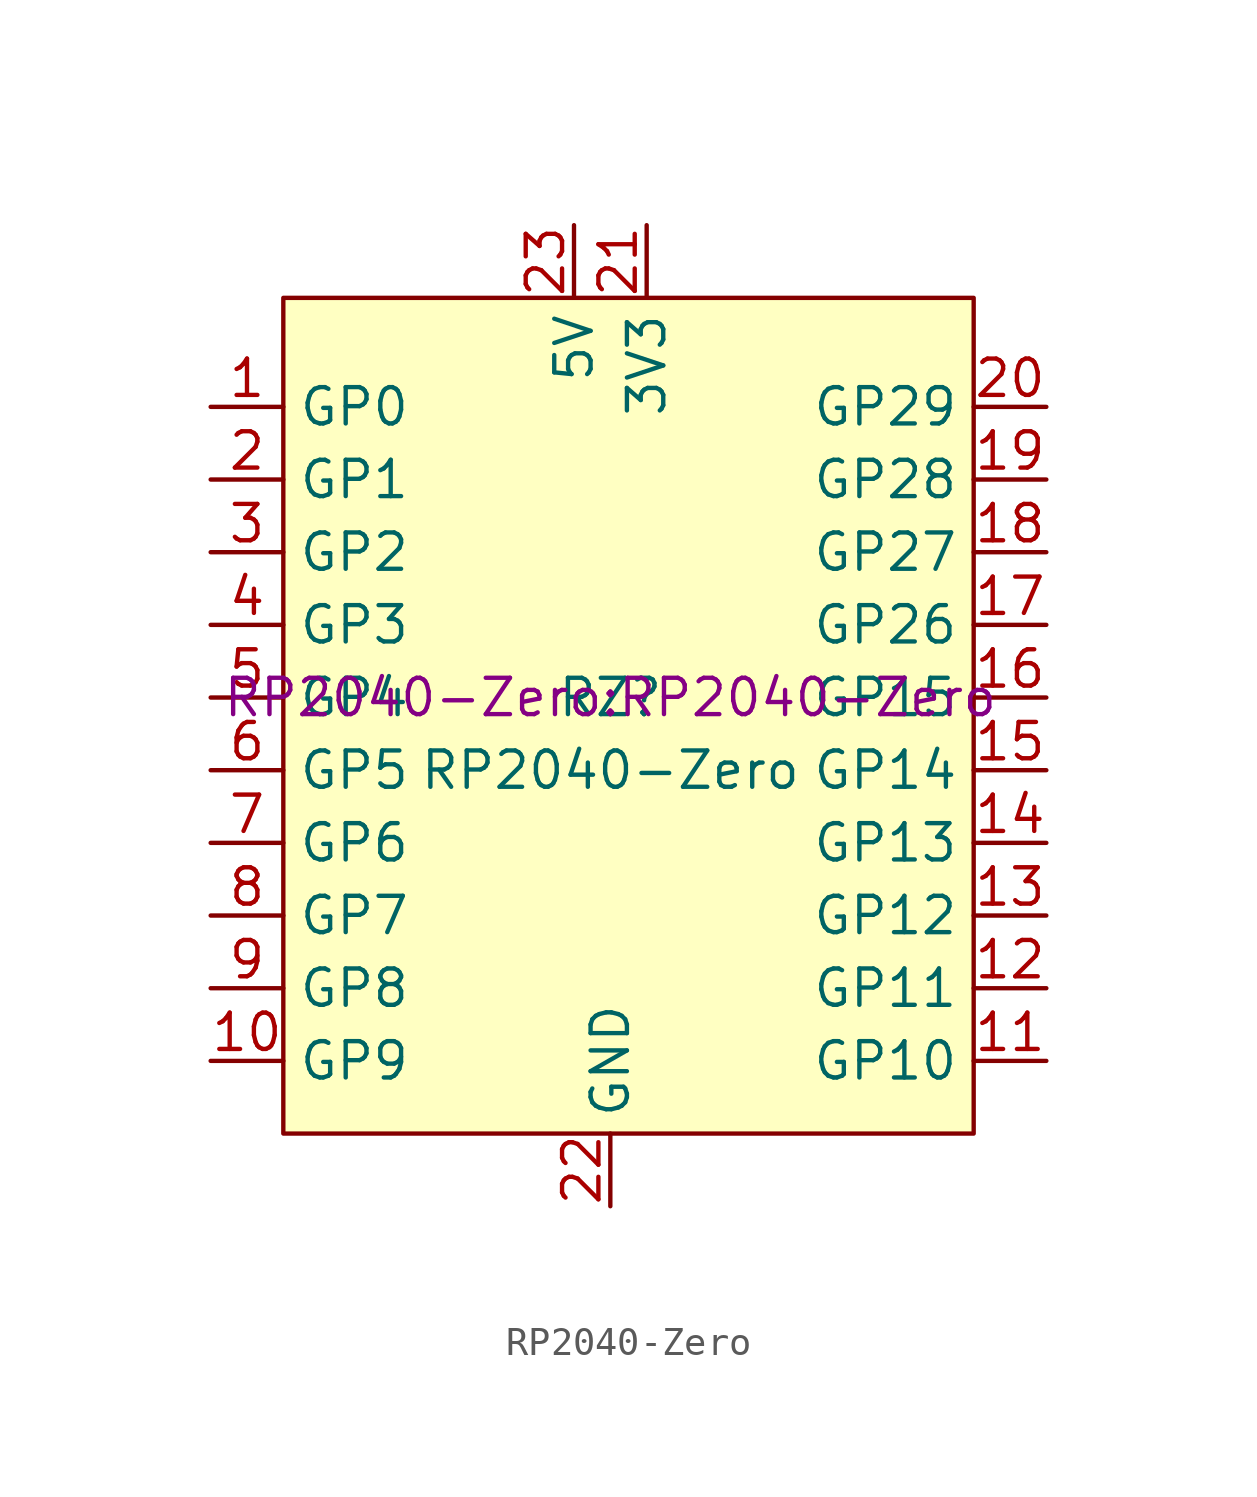
<source format=kicad_sym>
(kicad_symbol_lib
  (version 20220914)
  (generator kicad_symbol_editor)
  (symbol "RP2040-Zero"
    (property "Reference" "RZ"
      (at 0 0 0)
      (effects (font (size 1.27 1.27))))
    (property "Value" "RP2040-Zero"
      (at 0 -2.54 0)
      (effects (font (size 1.27 1.27))))
    (property "Footprint" "RP2040-Zero:RP2040-Zero"
      (at 0 0 0)
      (effects (font (size 1.27 1.27))))
    (symbol "RP2040-Zero_0_1"
      (rectangle (start -11.43 -15.24) (end 12.7 13.97) (stroke (width 0) (type default)) (fill (type background))))
    (symbol "RP2040-Zero_1_1"
      (pin bidirectional line (at -13.97 10.16 0) (length 2.54) (name "GP0" (effects (font (size 1.27 1.27)))) (number "1" (effects (font (size 1.27 1.27)))))
      (pin bidirectional line (at -13.97 -12.7 0) (length 2.54) (name "GP9" (effects (font (size 1.27 1.27)))) (number "10" (effects (font (size 1.27 1.27)))))
      (pin bidirectional line (at 15.24 -12.7 180) (length 2.54) (name "GP10" (effects (font (size 1.27 1.27)))) (number "11" (effects (font (size 1.27 1.27)))))
      (pin bidirectional line (at 15.24 -10.16 180) (length 2.54) (name "GP11" (effects (font (size 1.27 1.27)))) (number "12" (effects (font (size 1.27 1.27)))))
      (pin bidirectional line (at 15.24 -7.62 180) (length 2.54) (name "GP12" (effects (font (size 1.27 1.27)))) (number "13" (effects (font (size 1.27 1.27)))))
      (pin bidirectional line (at 15.24 -5.08 180) (length 2.54) (name "GP13" (effects (font (size 1.27 1.27)))) (number "14" (effects (font (size 1.27 1.27)))))
      (pin bidirectional line (at 15.24 -2.54 180) (length 2.54) (name "GP14" (effects (font (size 1.27 1.27)))) (number "15" (effects (font (size 1.27 1.27)))))
      (pin bidirectional line (at 15.24 0 180) (length 2.54) (name "GP15" (effects (font (size 1.27 1.27)))) (number "16" (effects (font (size 1.27 1.27)))))
      (pin bidirectional line (at 15.24 2.54 180) (length 2.54) (name "GP26" (effects (font (size 1.27 1.27)))) (number "17" (effects (font (size 1.27 1.27)))))
      (pin bidirectional line (at 15.24 5.08 180) (length 2.54) (name "GP27" (effects (font (size 1.27 1.27)))) (number "18" (effects (font (size 1.27 1.27)))))
      (pin bidirectional line (at 15.24 7.62 180) (length 2.54) (name "GP28" (effects (font (size 1.27 1.27)))) (number "19" (effects (font (size 1.27 1.27)))))
      (pin bidirectional line (at -13.97 7.62 0) (length 2.54) (name "GP1" (effects (font (size 1.27 1.27)))) (number "2" (effects (font (size 1.27 1.27)))))
      (pin bidirectional line (at 15.24 10.16 180) (length 2.54) (name "GP29" (effects (font (size 1.27 1.27)))) (number "20" (effects (font (size 1.27 1.27)))))
      (pin power_out line (at 1.27 16.51 270) (length 2.54) (name "3V3" (effects (font (size 1.27 1.27)))) (number "21" (effects (font (size 1.27 1.27)))))
      (pin power_in line (at 0 -17.78 90) (length 2.54) (name "GND" (effects (font (size 1.27 1.27)))) (number "22" (effects (font (size 1.27 1.27)))))
      (pin power_in line (at -1.27 16.51 270) (length 2.54) (name "5V" (effects (font (size 1.27 1.27)))) (number "23" (effects (font (size 1.27 1.27)))))
      (pin bidirectional line (at -13.97 5.08 0) (length 2.54) (name "GP2" (effects (font (size 1.27 1.27)))) (number "3" (effects (font (size 1.27 1.27)))))
      (pin bidirectional line (at -13.97 2.54 0) (length 2.54) (name "GP3" (effects (font (size 1.27 1.27)))) (number "4" (effects (font (size 1.27 1.27)))))
      (pin bidirectional line (at -13.97 0 0) (length 2.54) (name "GP4" (effects (font (size 1.27 1.27)))) (number "5" (effects (font (size 1.27 1.27)))))
      (pin bidirectional line (at -13.97 -2.54 0) (length 2.54) (name "GP5" (effects (font (size 1.27 1.27)))) (number "6" (effects (font (size 1.27 1.27)))))
      (pin bidirectional line (at -13.97 -5.08 0) (length 2.54) (name "GP6" (effects (font (size 1.27 1.27)))) (number "7" (effects (font (size 1.27 1.27)))))
      (pin bidirectional line (at -13.97 -7.62 0) (length 2.54) (name "GP7" (effects (font (size 1.27 1.27)))) (number "8" (effects (font (size 1.27 1.27)))))
      (pin bidirectional line (at -13.97 -10.16 0) (length 2.54) (name "GP8" (effects (font (size 1.27 1.27)))) (number "9" (effects (font (size 1.27 1.27))))))))
</source>
